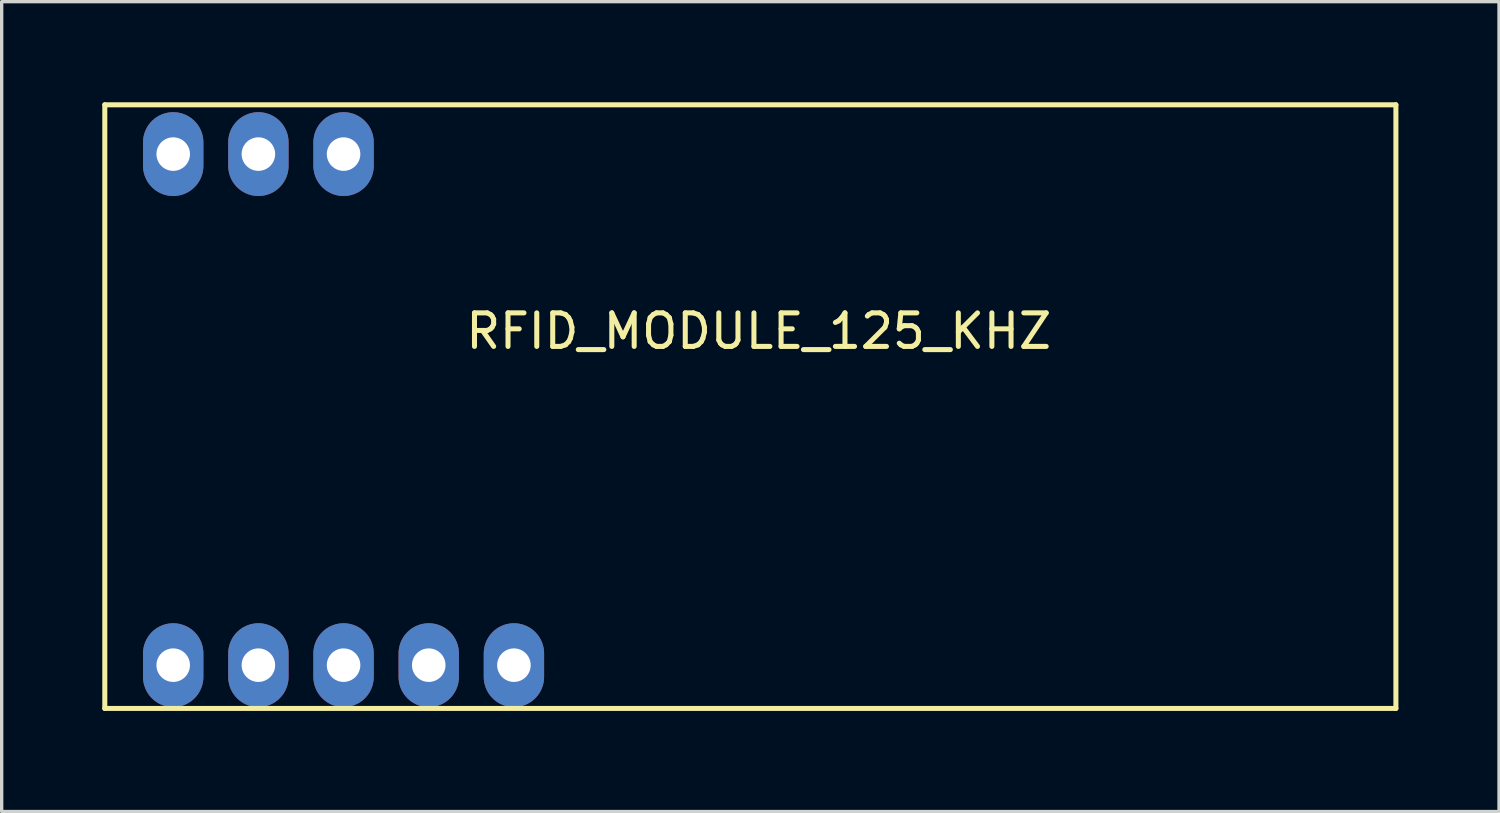
<source format=kicad_pcb>
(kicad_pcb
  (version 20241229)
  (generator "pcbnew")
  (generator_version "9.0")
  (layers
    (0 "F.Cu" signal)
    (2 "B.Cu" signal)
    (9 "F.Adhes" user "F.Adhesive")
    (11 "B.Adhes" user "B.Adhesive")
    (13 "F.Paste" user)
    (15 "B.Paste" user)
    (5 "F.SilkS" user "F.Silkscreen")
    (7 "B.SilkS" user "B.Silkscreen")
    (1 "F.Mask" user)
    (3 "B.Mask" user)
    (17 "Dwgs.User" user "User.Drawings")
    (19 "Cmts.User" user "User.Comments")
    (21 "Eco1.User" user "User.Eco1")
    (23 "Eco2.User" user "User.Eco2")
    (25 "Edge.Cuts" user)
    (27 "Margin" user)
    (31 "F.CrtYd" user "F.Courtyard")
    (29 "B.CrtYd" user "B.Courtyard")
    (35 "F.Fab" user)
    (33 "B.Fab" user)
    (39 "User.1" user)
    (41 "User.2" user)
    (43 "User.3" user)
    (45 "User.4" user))
  (footprint "RFID_MODULE_125_KHZ"
    (layer "F.Cu")
    (at 19.075 8.075)
    (property "Reference" "RFID_MODULE_125_KHZ" (at 0.5 -1.25 0) (layer "F.SilkS") (effects (font (size 1 1) (thickness 0.15))))
    (attr through_hole)
    (fp_line (start -19 -8) (end -19 10) (stroke (width 0.15) (type solid)) (layer "F.SilkS"))
    (fp_line (start -19 10) (end 19.5 10) (stroke (width 0.15) (type solid)) (layer "F.SilkS"))
    (fp_line (start 19.5 -8) (end -19 -8) (stroke (width 0.15) (type solid)) (layer "F.SilkS"))
    (fp_line (start 19.5 10) (end 19.5 -8) (stroke (width 0.15) (type solid)) (layer "F.SilkS"))
    (pad "P1.1" thru_hole oval (at -16.96 8.71 90) (size 2.5 1.8) (drill 1) (layers "*.Cu" "*.Mask"))
    (pad "P1.2" thru_hole oval (at -14.42 8.71 90) (size 2.5 1.8) (drill 1) (layers "*.Cu" "*.Mask"))
    (pad "P1.3" thru_hole oval (at -11.88 8.71 90) (size 2.5 1.8) (drill 1) (layers "*.Cu" "*.Mask"))
    (pad "P1.4" thru_hole oval (at -9.34 8.71 90) (size 2.5 1.8) (drill 1) (layers "*.Cu" "*.Mask"))
    (pad "P1.5" thru_hole oval (at -6.8 8.71 90) (size 2.5 1.8) (drill 1) (layers "*.Cu" "*.Mask"))
    (pad "P3.1" thru_hole oval (at -16.96 -6.53 90) (size 2.5 1.8) (drill 1) (layers "*.Cu" "*.Mask"))
    (pad "P3.2" thru_hole oval (at -14.42 -6.53 90) (size 2.5 1.8) (drill 1) (layers "*.Cu" "*.Mask"))
    (pad "P3.3" thru_hole oval (at -11.88 -6.53 90) (size 2.5 1.8) (drill 1) (layers "*.Cu" "*.Mask")))
  (gr_rect
    (start -3 -3)
    (end 41.65 21.15)
    (stroke (width 0.1) (type default))
    (fill no)
    (layer "Edge.Cuts")))
</source>
